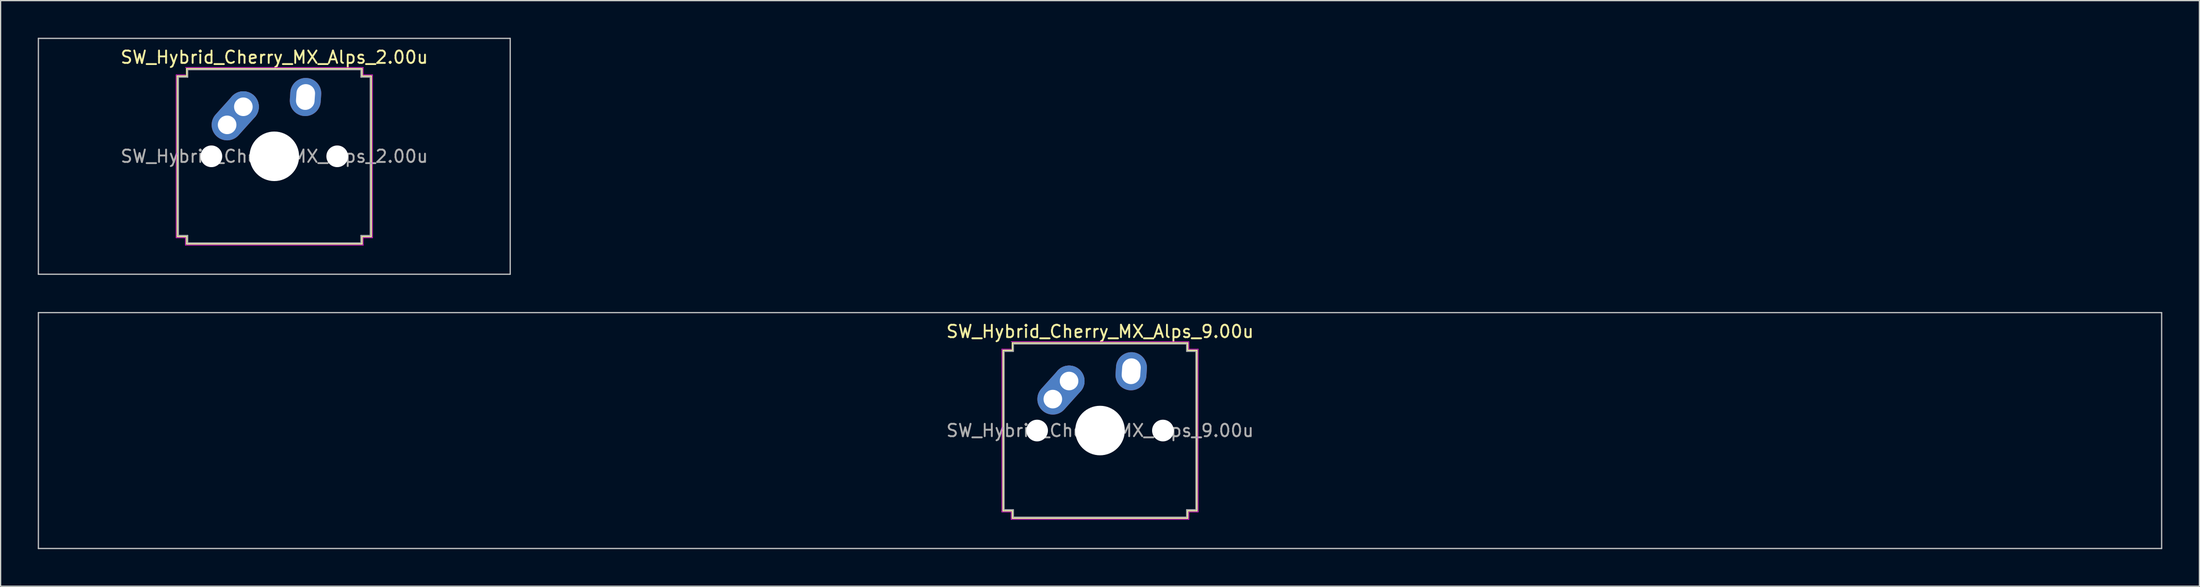
<source format=kicad_pcb>
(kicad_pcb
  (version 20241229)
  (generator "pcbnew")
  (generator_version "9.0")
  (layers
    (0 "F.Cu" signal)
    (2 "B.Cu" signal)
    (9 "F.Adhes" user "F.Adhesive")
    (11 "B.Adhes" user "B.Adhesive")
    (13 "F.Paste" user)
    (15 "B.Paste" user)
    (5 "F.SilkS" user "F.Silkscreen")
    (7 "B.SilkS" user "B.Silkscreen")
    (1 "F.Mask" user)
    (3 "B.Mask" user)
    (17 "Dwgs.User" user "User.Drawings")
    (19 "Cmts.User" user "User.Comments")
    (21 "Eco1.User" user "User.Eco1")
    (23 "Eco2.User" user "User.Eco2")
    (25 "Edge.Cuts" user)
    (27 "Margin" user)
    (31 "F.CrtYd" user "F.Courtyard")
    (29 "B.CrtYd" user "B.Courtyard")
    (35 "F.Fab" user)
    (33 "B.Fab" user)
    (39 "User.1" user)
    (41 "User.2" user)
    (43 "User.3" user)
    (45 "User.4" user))
  (footprint "SW_Hybrid_Cherry_MX_Alps_9.00u"
    (layer "F.Cu")
    (at 85.775 31.725)
    (property "Reference" "SW_Hybrid_Cherry_MX_Alps_9.00u" (at 0 -8 0) (layer "F.SilkS") (effects (font (size 1 1) (thickness 0.15))))
    (attr through_hole)
    (fp_line (start -7.821 -6.471) (end -7.071 -6.471) (stroke (width 0.12) (type solid)) (layer "F.SilkS"))
    (fp_line (start -7.821 6.471) (end -7.821 -6.471) (stroke (width 0.12) (type solid)) (layer "F.SilkS"))
    (fp_line (start -7.071 -7.071) (end 7.071 -7.071) (stroke (width 0.12) (type solid)) (layer "F.SilkS"))
    (fp_line (start -7.071 -6.471) (end -7.071 -7.071) (stroke (width 0.12) (type solid)) (layer "F.SilkS"))
    (fp_line (start -7.071 6.471) (end -7.821 6.471) (stroke (width 0.12) (type solid)) (layer "F.SilkS"))
    (fp_line (start -7.071 7.071) (end -7.071 6.471) (stroke (width 0.12) (type solid)) (layer "F.SilkS"))
    (fp_line (start 7.071 -7.071) (end 7.071 -6.471) (stroke (width 0.12) (type solid)) (layer "F.SilkS"))
    (fp_line (start 7.071 -6.471) (end 7.821 -6.471) (stroke (width 0.12) (type solid)) (layer "F.SilkS"))
    (fp_line (start 7.071 6.471) (end 7.071 7.071) (stroke (width 0.12) (type solid)) (layer "F.SilkS"))
    (fp_line (start 7.071 7.071) (end -7.071 7.071) (stroke (width 0.12) (type solid)) (layer "F.SilkS"))
    (fp_line (start 7.821 -6.471) (end 7.821 6.471) (stroke (width 0.12) (type solid)) (layer "F.SilkS"))
    (fp_line (start 7.821 6.471) (end 7.071 6.471) (stroke (width 0.12) (type solid)) (layer "F.SilkS"))
    (fp_line (start -85.725 -9.525) (end -85.725 9.525) (stroke (width 0.1) (type solid)) (layer "Dwgs.User"))
    (fp_line (start -85.725 9.525) (end 85.725 9.525) (stroke (width 0.1) (type solid)) (layer "Dwgs.User"))
    (fp_line (start 85.725 -9.525) (end -85.725 -9.525) (stroke (width 0.1) (type solid)) (layer "Dwgs.User"))
    (fp_line (start 85.725 9.525) (end 85.725 -9.525) (stroke (width 0.1) (type solid)) (layer "Dwgs.User"))
    (fp_line (start -7.927 -6.577) (end -7.177 -6.577) (stroke (width 0.05) (type solid)) (layer "F.CrtYd"))
    (fp_line (start -7.927 6.577) (end -7.927 -6.577) (stroke (width 0.05) (type solid)) (layer "F.CrtYd"))
    (fp_line (start -7.177 -7.177) (end 7.177 -7.177) (stroke (width 0.05) (type solid)) (layer "F.CrtYd"))
    (fp_line (start -7.177 6.577) (end -7.927 6.577) (stroke (width 0.05) (type solid)) (layer "F.CrtYd"))
    (fp_line (start -7.177 7.177) (end -7.177 6.577) (stroke (width 0.05) (type solid)) (layer "F.CrtYd"))
    (fp_line (start 7.177 -7.177) (end 7.177 -6.577) (stroke (width 0.05) (type solid)) (layer "F.CrtYd"))
    (fp_line (start 7.177 -6.577) (end 7.927 -6.577) (stroke (width 0.05) (type solid)) (layer "F.CrtYd"))
    (fp_line (start 7.177 6.577) (end 7.177 7.177) (stroke (width 0.05) (type solid)) (layer "F.CrtYd"))
    (fp_line (start 7.177 7.177) (end -7.177 7.177) (stroke (width 0.05) (type solid)) (layer "F.CrtYd"))
    (fp_line (start 7.927 -6.577) (end 7.927 6.577) (stroke (width 0.05) (type solid)) (layer "F.CrtYd"))
    (fp_line (start 7.927 6.577) (end 7.177 6.577) (stroke (width 0.05) (type solid)) (layer "F.CrtYd"))
    (fp_line (start -7.75 -6.4) (end -7 -6.4) (stroke (width 0.1) (type solid)) (layer "F.Fab"))
    (fp_line (start -7.75 6.4) (end -7.75 -6.4) (stroke (width 0.1) (type solid)) (layer "F.Fab"))
    (fp_line (start -7 -7) (end 7 -7) (stroke (width 0.1) (type solid)) (layer "F.Fab"))
    (fp_line (start -7 -6.4) (end -7 -7) (stroke (width 0.1) (type solid)) (layer "F.Fab"))
    (fp_line (start -7 6.4) (end -7.75 6.4) (stroke (width 0.1) (type solid)) (layer "F.Fab"))
    (fp_line (start -7 7) (end -7 6.4) (stroke (width 0.1) (type solid)) (layer "F.Fab"))
    (fp_line (start 7 -7) (end 7 -6.4) (stroke (width 0.1) (type solid)) (layer "F.Fab"))
    (fp_line (start 7 -6.4) (end 7.75 -6.4) (stroke (width 0.1) (type solid)) (layer "F.Fab"))
    (fp_line (start 7 6.4) (end 7 7) (stroke (width 0.1) (type solid)) (layer "F.Fab"))
    (fp_line (start 7 7) (end -7 7) (stroke (width 0.1) (type solid)) (layer "F.Fab"))
    (fp_line (start 7.75 -6.4) (end 7.75 6.4) (stroke (width 0.1) (type solid)) (layer "F.Fab"))
    (fp_line (start 7.75 6.4) (end 7 6.4) (stroke (width 0.1) (type solid)) (layer "F.Fab"))
    (fp_text user "${REFERENCE}" (at 0 0 0) (layer "F.Fab") (effects (font (size 1 1) (thickness 0.15))))
    (pad "" np_thru_hole circle (at -5.08 0) (size 1.75 1.75) (drill 1.75) (layers "*.Cu" "*.Mask"))
    (pad "" np_thru_hole circle (at 0 0) (size 4 4) (drill 4) (layers "*.Cu" "*.Mask"))
    (pad "" np_thru_hole circle (at 5.08 0) (size 1.75 1.75) (drill 1.75) (layers "*.Cu" "*.Mask"))
    (pad "1" thru_hole oval (at -3.81 -2.54 48) (size 4.462 2.5) (drill 1.5 (offset 0.981 0)) (layers "*.Cu" "*.Mask"))
    (pad "1" thru_hole circle (at -2.5 -4) (size 2.5 2.5) (drill 1.5) (layers "*.Cu" "*.Mask"))
    (pad "2" thru_hole oval (at 2.52 -4.79 86) (size 3.081 2.5) (drill oval 2.081 1.5) (layers "*.Cu" "*.Mask")))
  (footprint "SW_Hybrid_Cherry_MX_Alps_2.00u"
    (layer "F.Cu")
    (at 19.1 9.575)
    (property "Reference" "SW_Hybrid_Cherry_MX_Alps_2.00u" (at 0 -8 0) (layer "F.SilkS") (effects (font (size 1 1) (thickness 0.15))))
    (attr through_hole)
    (fp_line (start -7.821 -6.471) (end -7.071 -6.471) (stroke (width 0.12) (type solid)) (layer "F.SilkS"))
    (fp_line (start -7.821 6.471) (end -7.821 -6.471) (stroke (width 0.12) (type solid)) (layer "F.SilkS"))
    (fp_line (start -7.071 -7.071) (end 7.071 -7.071) (stroke (width 0.12) (type solid)) (layer "F.SilkS"))
    (fp_line (start -7.071 -6.471) (end -7.071 -7.071) (stroke (width 0.12) (type solid)) (layer "F.SilkS"))
    (fp_line (start -7.071 6.471) (end -7.821 6.471) (stroke (width 0.12) (type solid)) (layer "F.SilkS"))
    (fp_line (start -7.071 7.071) (end -7.071 6.471) (stroke (width 0.12) (type solid)) (layer "F.SilkS"))
    (fp_line (start 7.071 -7.071) (end 7.071 -6.471) (stroke (width 0.12) (type solid)) (layer "F.SilkS"))
    (fp_line (start 7.071 -6.471) (end 7.821 -6.471) (stroke (width 0.12) (type solid)) (layer "F.SilkS"))
    (fp_line (start 7.071 6.471) (end 7.071 7.071) (stroke (width 0.12) (type solid)) (layer "F.SilkS"))
    (fp_line (start 7.071 7.071) (end -7.071 7.071) (stroke (width 0.12) (type solid)) (layer "F.SilkS"))
    (fp_line (start 7.821 -6.471) (end 7.821 6.471) (stroke (width 0.12) (type solid)) (layer "F.SilkS"))
    (fp_line (start 7.821 6.471) (end 7.071 6.471) (stroke (width 0.12) (type solid)) (layer "F.SilkS"))
    (fp_line (start -19.05 -9.525) (end -19.05 9.525) (stroke (width 0.1) (type solid)) (layer "Dwgs.User"))
    (fp_line (start -19.05 9.525) (end 19.05 9.525) (stroke (width 0.1) (type solid)) (layer "Dwgs.User"))
    (fp_line (start 19.05 -9.525) (end -19.05 -9.525) (stroke (width 0.1) (type solid)) (layer "Dwgs.User"))
    (fp_line (start 19.05 9.525) (end 19.05 -9.525) (stroke (width 0.1) (type solid)) (layer "Dwgs.User"))
    (fp_line (start -7.927 -6.577) (end -7.177 -6.577) (stroke (width 0.05) (type solid)) (layer "F.CrtYd"))
    (fp_line (start -7.927 6.577) (end -7.927 -6.577) (stroke (width 0.05) (type solid)) (layer "F.CrtYd"))
    (fp_line (start -7.177 -7.177) (end 7.177 -7.177) (stroke (width 0.05) (type solid)) (layer "F.CrtYd"))
    (fp_line (start -7.177 6.577) (end -7.927 6.577) (stroke (width 0.05) (type solid)) (layer "F.CrtYd"))
    (fp_line (start -7.177 7.177) (end -7.177 6.577) (stroke (width 0.05) (type solid)) (layer "F.CrtYd"))
    (fp_line (start 7.177 -7.177) (end 7.177 -6.577) (stroke (width 0.05) (type solid)) (layer "F.CrtYd"))
    (fp_line (start 7.177 -6.577) (end 7.927 -6.577) (stroke (width 0.05) (type solid)) (layer "F.CrtYd"))
    (fp_line (start 7.177 6.577) (end 7.177 7.177) (stroke (width 0.05) (type solid)) (layer "F.CrtYd"))
    (fp_line (start 7.177 7.177) (end -7.177 7.177) (stroke (width 0.05) (type solid)) (layer "F.CrtYd"))
    (fp_line (start 7.927 -6.577) (end 7.927 6.577) (stroke (width 0.05) (type solid)) (layer "F.CrtYd"))
    (fp_line (start 7.927 6.577) (end 7.177 6.577) (stroke (width 0.05) (type solid)) (layer "F.CrtYd"))
    (fp_line (start -7.75 -6.4) (end -7 -6.4) (stroke (width 0.1) (type solid)) (layer "F.Fab"))
    (fp_line (start -7.75 6.4) (end -7.75 -6.4) (stroke (width 0.1) (type solid)) (layer "F.Fab"))
    (fp_line (start -7 -7) (end 7 -7) (stroke (width 0.1) (type solid)) (layer "F.Fab"))
    (fp_line (start -7 -6.4) (end -7 -7) (stroke (width 0.1) (type solid)) (layer "F.Fab"))
    (fp_line (start -7 6.4) (end -7.75 6.4) (stroke (width 0.1) (type solid)) (layer "F.Fab"))
    (fp_line (start -7 7) (end -7 6.4) (stroke (width 0.1) (type solid)) (layer "F.Fab"))
    (fp_line (start 7 -7) (end 7 -6.4) (stroke (width 0.1) (type solid)) (layer "F.Fab"))
    (fp_line (start 7 -6.4) (end 7.75 -6.4) (stroke (width 0.1) (type solid)) (layer "F.Fab"))
    (fp_line (start 7 6.4) (end 7 7) (stroke (width 0.1) (type solid)) (layer "F.Fab"))
    (fp_line (start 7 7) (end -7 7) (stroke (width 0.1) (type solid)) (layer "F.Fab"))
    (fp_line (start 7.75 -6.4) (end 7.75 6.4) (stroke (width 0.1) (type solid)) (layer "F.Fab"))
    (fp_line (start 7.75 6.4) (end 7 6.4) (stroke (width 0.1) (type solid)) (layer "F.Fab"))
    (fp_text user "${REFERENCE}" (at 0 0 0) (layer "F.Fab") (effects (font (size 1 1) (thickness 0.15))))
    (pad "" np_thru_hole circle (at -5.08 0) (size 1.75 1.75) (drill 1.75) (layers "*.Cu" "*.Mask"))
    (pad "" np_thru_hole circle (at 0 0) (size 4 4) (drill 4) (layers "*.Cu" "*.Mask"))
    (pad "" np_thru_hole circle (at 5.08 0) (size 1.75 1.75) (drill 1.75) (layers "*.Cu" "*.Mask"))
    (pad "1" thru_hole oval (at -3.81 -2.54 48) (size 4.462 2.5) (drill 1.5 (offset 0.981 0)) (layers "*.Cu" "*.Mask"))
    (pad "1" thru_hole circle (at -2.5 -4) (size 2.5 2.5) (drill 1.5) (layers "*.Cu" "*.Mask"))
    (pad "2" thru_hole oval (at 2.52 -4.79 86) (size 3.081 2.5) (drill oval 2.081 1.5) (layers "*.Cu" "*.Mask")))
  (gr_rect
    (start -3 -3)
    (end 174.55 44.3)
    (stroke (width 0.1) (type default))
    (fill no)
    (layer "Edge.Cuts")))
</source>
